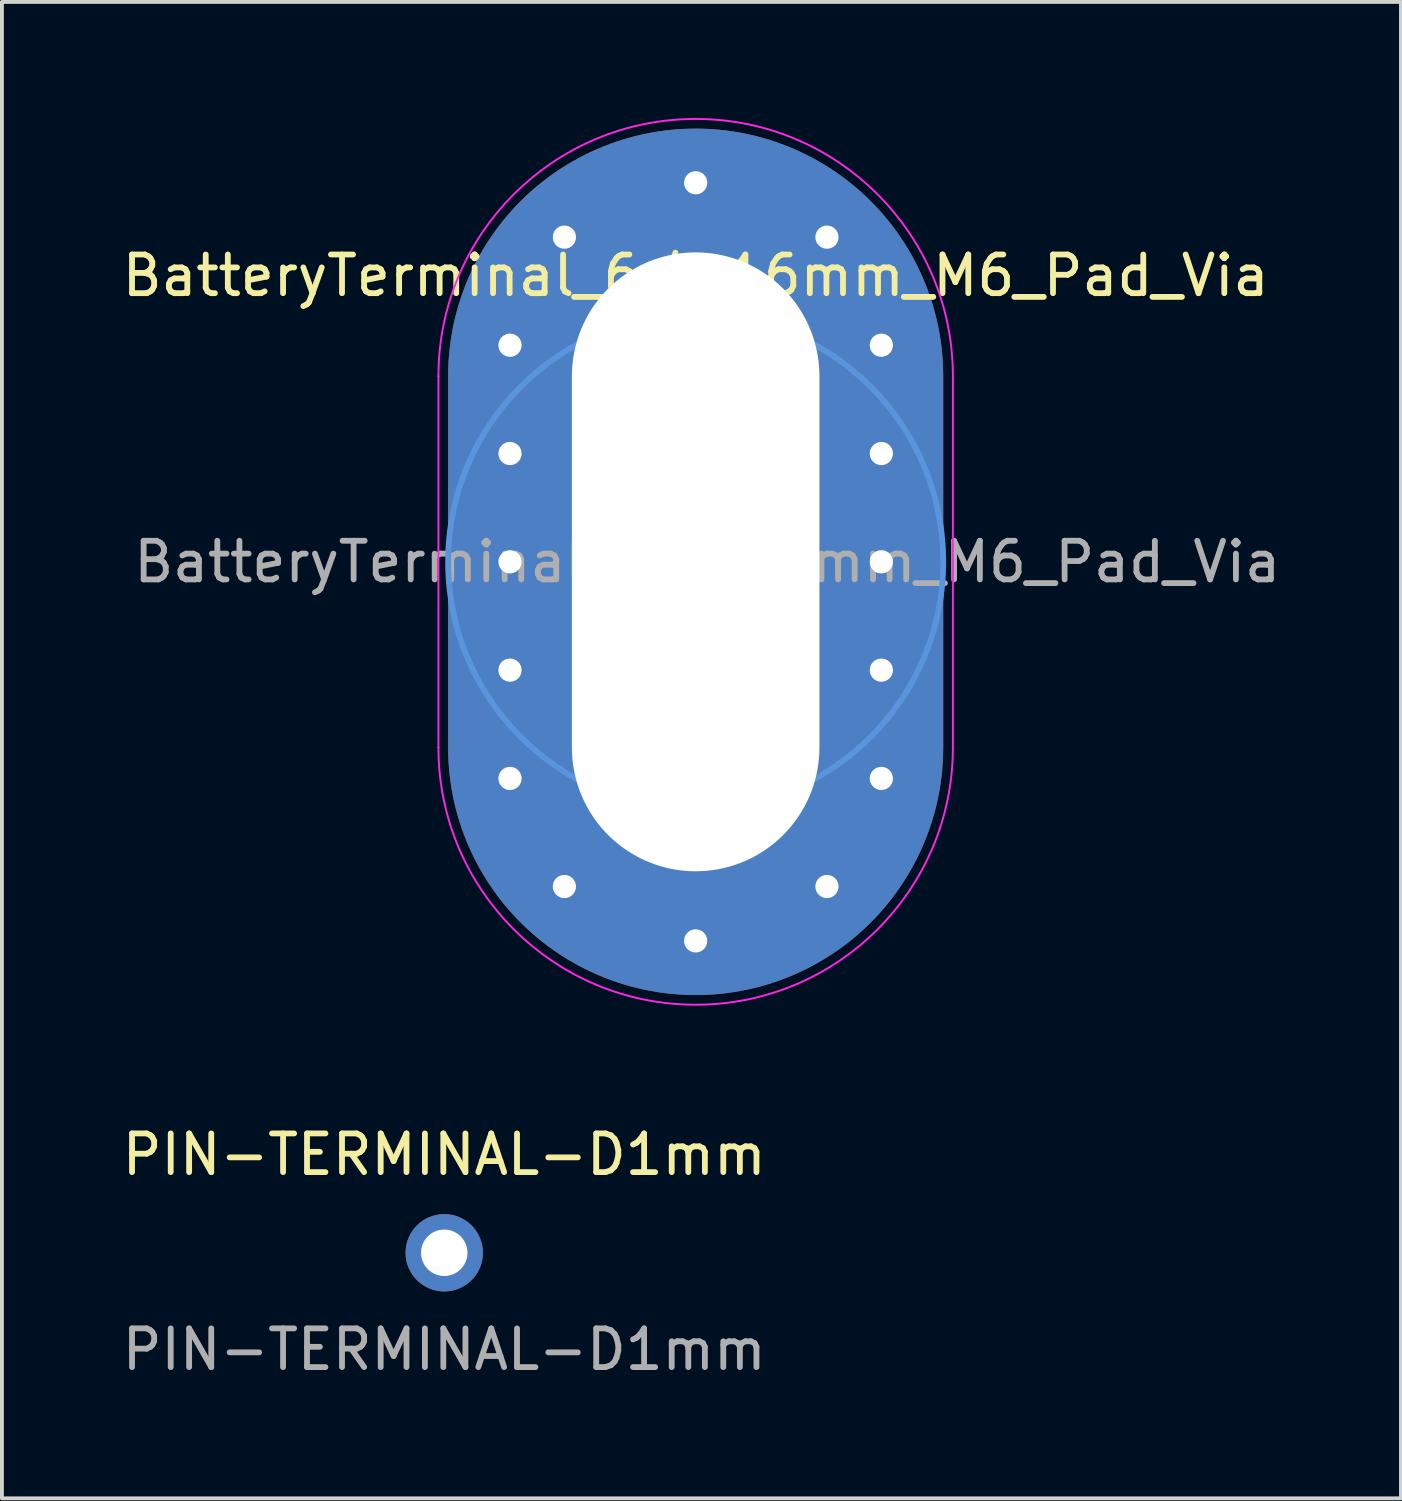
<source format=kicad_pcb>
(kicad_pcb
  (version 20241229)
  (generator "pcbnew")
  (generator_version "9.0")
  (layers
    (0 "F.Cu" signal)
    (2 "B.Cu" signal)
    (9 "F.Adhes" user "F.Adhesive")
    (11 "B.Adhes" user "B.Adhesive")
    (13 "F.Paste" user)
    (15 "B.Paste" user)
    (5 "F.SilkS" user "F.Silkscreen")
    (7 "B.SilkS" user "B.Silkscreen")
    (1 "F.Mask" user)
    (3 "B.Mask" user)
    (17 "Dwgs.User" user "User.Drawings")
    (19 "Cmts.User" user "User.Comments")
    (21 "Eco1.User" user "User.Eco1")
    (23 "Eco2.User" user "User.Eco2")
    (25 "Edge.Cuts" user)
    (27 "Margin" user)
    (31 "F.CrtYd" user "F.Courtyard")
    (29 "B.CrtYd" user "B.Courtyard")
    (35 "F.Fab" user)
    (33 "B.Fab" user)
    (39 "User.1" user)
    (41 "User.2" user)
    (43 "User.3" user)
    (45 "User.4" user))
  (footprint "BatteryTerminal_6.4x16mm_M6_Pad_Via"
    (layer "F.Cu")
    (at 14.935 11.475)
    (property "Reference" "BatteryTerminal_6.4x16mm_M6_Pad_Via" (at 0 -7.4 0) (layer "F.SilkS") (effects (font (size 1 1) (thickness 0.15))))
    (attr exclude_from_pos_files)
    (fp_circle (center 0 0) (end 6.4 0) (stroke (width 0.15) (type solid)) (fill no) (layer "Cmts.User"))
    (fp_line (start -6.65 -4.8) (end -6.65 4.8) (stroke (width 0.05) (type solid)) (layer "F.CrtYd"))
    (fp_line (start 6.65 -4.8) (end 6.65 4.8) (stroke (width 0.05) (type solid)) (layer "F.CrtYd"))
    (fp_arc (start -6.65 -4.8) (mid 0 -11.45) (end 6.65 -4.8) (stroke (width 0.05) (type solid)) (layer "F.CrtYd"))
    (fp_arc (start 6.65 4.8) (mid 0 11.45) (end -6.65 4.8) (stroke (width 0.05) (type solid)) (layer "F.CrtYd"))
    (fp_text user "${REFERENCE}" (at 0.3 0 0) (layer "F.Fab") (effects (font (size 1 1) (thickness 0.15))))
    (pad "1" thru_hole circle (at -4.8 -5.6) (size 0.9 0.9) (drill 0.6) (layers "*.Cu" "*.Mask"))
    (pad "1" thru_hole circle (at -4.8 -2.8) (size 0.9 0.9) (drill 0.6) (layers "*.Cu" "*.Mask"))
    (pad "1" thru_hole circle (at -4.8 0) (size 0.9 0.9) (drill 0.6) (layers "*.Cu" "*.Mask"))
    (pad "1" thru_hole circle (at -4.8 2.8) (size 0.9 0.9) (drill 0.6) (layers "*.Cu" "*.Mask"))
    (pad "1" thru_hole circle (at -4.8 5.6) (size 0.9 0.9) (drill 0.6) (layers "*.Cu" "*.Mask"))
    (pad "1" thru_hole circle (at -3.394 -8.394) (size 0.9 0.9) (drill 0.6) (layers "*.Cu" "*.Mask"))
    (pad "1" thru_hole circle (at -3.394 8.394) (size 0.9 0.9) (drill 0.6) (layers "*.Cu" "*.Mask"))
    (pad "1" thru_hole circle (at 0 -9.8) (size 0.9 0.9) (drill 0.6) (layers "*.Cu" "*.Mask"))
    (pad "1" thru_hole oval (at 0 0) (size 12.8 22.4) (drill oval 6.4 16) (layers "*.Cu" "*.Mask"))
    (pad "1" thru_hole circle (at 0 9.8) (size 0.9 0.9) (drill 0.6) (layers "*.Cu" "*.Mask"))
    (pad "1" thru_hole circle (at 3.394 -8.394) (size 0.9 0.9) (drill 0.6) (layers "*.Cu" "*.Mask"))
    (pad "1" thru_hole circle (at 3.394 8.394) (size 0.9 0.9) (drill 0.6) (layers "*.Cu" "*.Mask"))
    (pad "1" thru_hole circle (at 4.8 -5.6) (size 0.9 0.9) (drill 0.6) (layers "*.Cu" "*.Mask"))
    (pad "1" thru_hole circle (at 4.8 -2.8) (size 0.9 0.9) (drill 0.6) (layers "*.Cu" "*.Mask"))
    (pad "1" thru_hole circle (at 4.8 0) (size 0.9 0.9) (drill 0.6) (layers "*.Cu" "*.Mask"))
    (pad "1" thru_hole circle (at 4.8 2.8) (size 0.9 0.9) (drill 0.6) (layers "*.Cu" "*.Mask"))
    (pad "1" thru_hole circle (at 4.8 5.6) (size 0.9 0.9) (drill 0.6) (layers "*.Cu" "*.Mask")))
  (footprint "PIN-TERMINAL-D1mm"
    (layer "F.Cu")
    (at 8.435 29.338)
    (property "Reference" "PIN-TERMINAL-D1mm" (at 0 -2.54 0) (unlocked yes) (layer "F.SilkS") (effects (font (size 1 1) (thickness 0.15))))
    (attr through_hole)
    (fp_text user "${REFERENCE}" (at 0 2.5 0) (unlocked yes) (layer "F.Fab") (effects (font (size 1 1) (thickness 0.15))))
    (pad "1" thru_hole circle (at 0 0) (size 2 2) (drill 1.2) (layers "*.Cu" "*.Mask")))
  (gr_rect
    (start -3 -3)
    (end 33.169 35.687)
    (stroke (width 0.1) (type default))
    (fill no)
    (layer "Edge.Cuts")))
</source>
